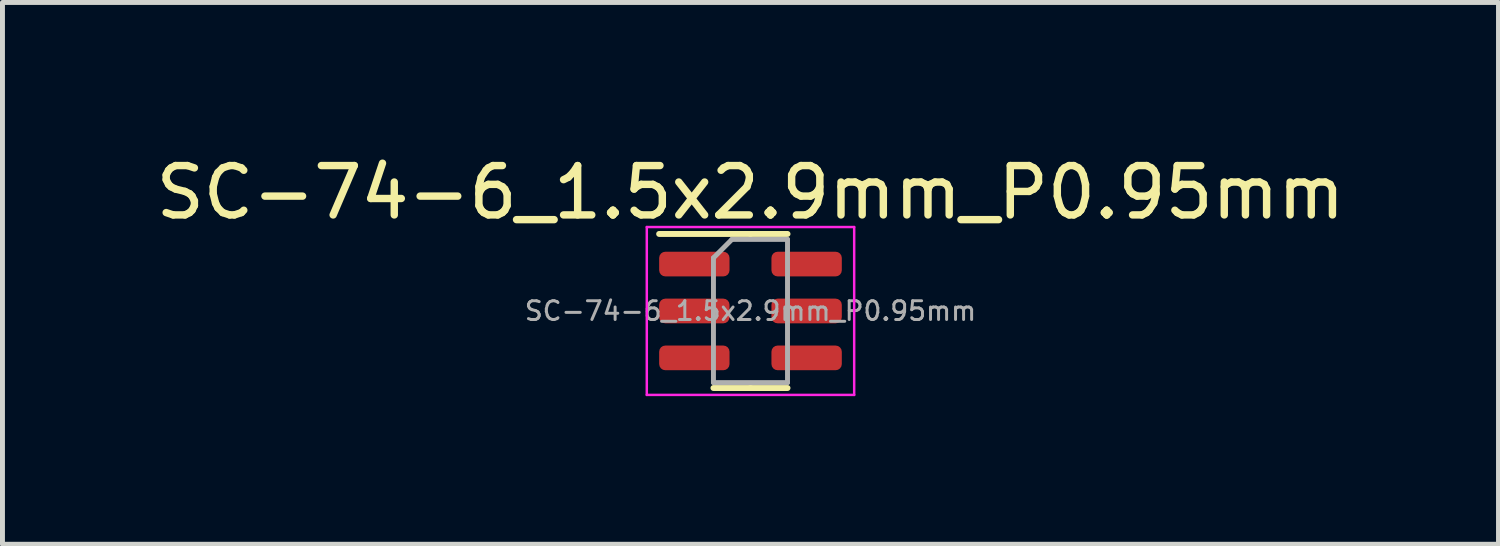
<source format=kicad_pcb>
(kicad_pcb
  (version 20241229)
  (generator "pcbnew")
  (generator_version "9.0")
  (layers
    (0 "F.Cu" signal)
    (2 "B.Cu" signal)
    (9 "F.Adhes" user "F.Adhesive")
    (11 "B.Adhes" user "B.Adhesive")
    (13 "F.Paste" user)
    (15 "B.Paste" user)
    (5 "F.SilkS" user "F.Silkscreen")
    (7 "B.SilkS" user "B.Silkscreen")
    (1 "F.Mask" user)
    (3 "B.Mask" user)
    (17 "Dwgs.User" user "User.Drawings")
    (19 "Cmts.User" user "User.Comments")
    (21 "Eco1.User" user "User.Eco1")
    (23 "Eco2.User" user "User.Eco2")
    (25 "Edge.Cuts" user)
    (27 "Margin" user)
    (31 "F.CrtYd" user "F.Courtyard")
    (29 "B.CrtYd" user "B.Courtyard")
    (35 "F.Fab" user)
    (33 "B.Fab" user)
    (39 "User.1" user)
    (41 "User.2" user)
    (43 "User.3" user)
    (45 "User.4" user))
  (footprint "SC-74-6_1.5x2.9mm_P0.95mm"
    (layer "F.Cu")
    (at 12.149 3.248)
    (property "Reference" "SC-74-6_1.5x2.9mm_P0.95mm" (at 0 -2.4 0) (layer "F.SilkS") (effects (font (size 1 1) (thickness 0.15))))
    (attr smd)
    (fp_line (start 0 -1.56) (end -1.85 -1.56) (stroke (width 0.12) (type solid)) (layer "F.SilkS"))
    (fp_line (start 0 -1.56) (end 0.75 -1.56) (stroke (width 0.12) (type solid)) (layer "F.SilkS"))
    (fp_line (start 0 1.56) (end -0.75 1.56) (stroke (width 0.12) (type solid)) (layer "F.SilkS"))
    (fp_line (start 0 1.56) (end 0.75 1.56) (stroke (width 0.12) (type solid)) (layer "F.SilkS"))
    (fp_line (start -2.1 -1.7) (end -2.1 1.7) (stroke (width 0.05) (type solid)) (layer "F.CrtYd"))
    (fp_line (start -2.1 1.7) (end 2.1 1.7) (stroke (width 0.05) (type solid)) (layer "F.CrtYd"))
    (fp_line (start 2.1 -1.7) (end -2.1 -1.7) (stroke (width 0.05) (type solid)) (layer "F.CrtYd"))
    (fp_line (start 2.1 1.7) (end 2.1 -1.7) (stroke (width 0.05) (type solid)) (layer "F.CrtYd"))
    (fp_line (start -0.75 -1.075) (end -0.375 -1.45) (stroke (width 0.1) (type solid)) (layer "F.Fab"))
    (fp_line (start -0.75 1.45) (end -0.75 -1.075) (stroke (width 0.1) (type solid)) (layer "F.Fab"))
    (fp_line (start -0.375 -1.45) (end 0.75 -1.45) (stroke (width 0.1) (type solid)) (layer "F.Fab"))
    (fp_line (start 0.75 -1.45) (end 0.75 1.45) (stroke (width 0.1) (type solid)) (layer "F.Fab"))
    (fp_line (start 0.75 1.45) (end -0.75 1.45) (stroke (width 0.1) (type solid)) (layer "F.Fab"))
    (fp_text user "${REFERENCE}" (at 0 0 0) (layer "F.Fab") (effects (font (size 0.38 0.38) (thickness 0.06))))
    (pad "1" smd roundrect (at -1.137 -0.95) (size 1.425 0.5) (layers "F.Cu" "F.Mask" "F.Paste") (roundrect_rratio 0.25))
    (pad "2" smd roundrect (at -1.137 0) (size 1.425 0.5) (layers "F.Cu" "F.Mask" "F.Paste") (roundrect_rratio 0.25))
    (pad "3" smd roundrect (at -1.137 0.95) (size 1.425 0.5) (layers "F.Cu" "F.Mask" "F.Paste") (roundrect_rratio 0.25))
    (pad "4" smd roundrect (at 1.137 0.95) (size 1.425 0.5) (layers "F.Cu" "F.Mask" "F.Paste") (roundrect_rratio 0.25))
    (pad "5" smd roundrect (at 1.137 0) (size 1.425 0.5) (layers "F.Cu" "F.Mask" "F.Paste") (roundrect_rratio 0.25))
    (pad "6" smd roundrect (at 1.137 -0.95) (size 1.425 0.5) (layers "F.Cu" "F.Mask" "F.Paste") (roundrect_rratio 0.25)))
  (gr_rect
    (start -3 -3)
    (end 27.298 7.973)
    (stroke (width 0.1) (type default))
    (fill no)
    (layer "Edge.Cuts")))
</source>
